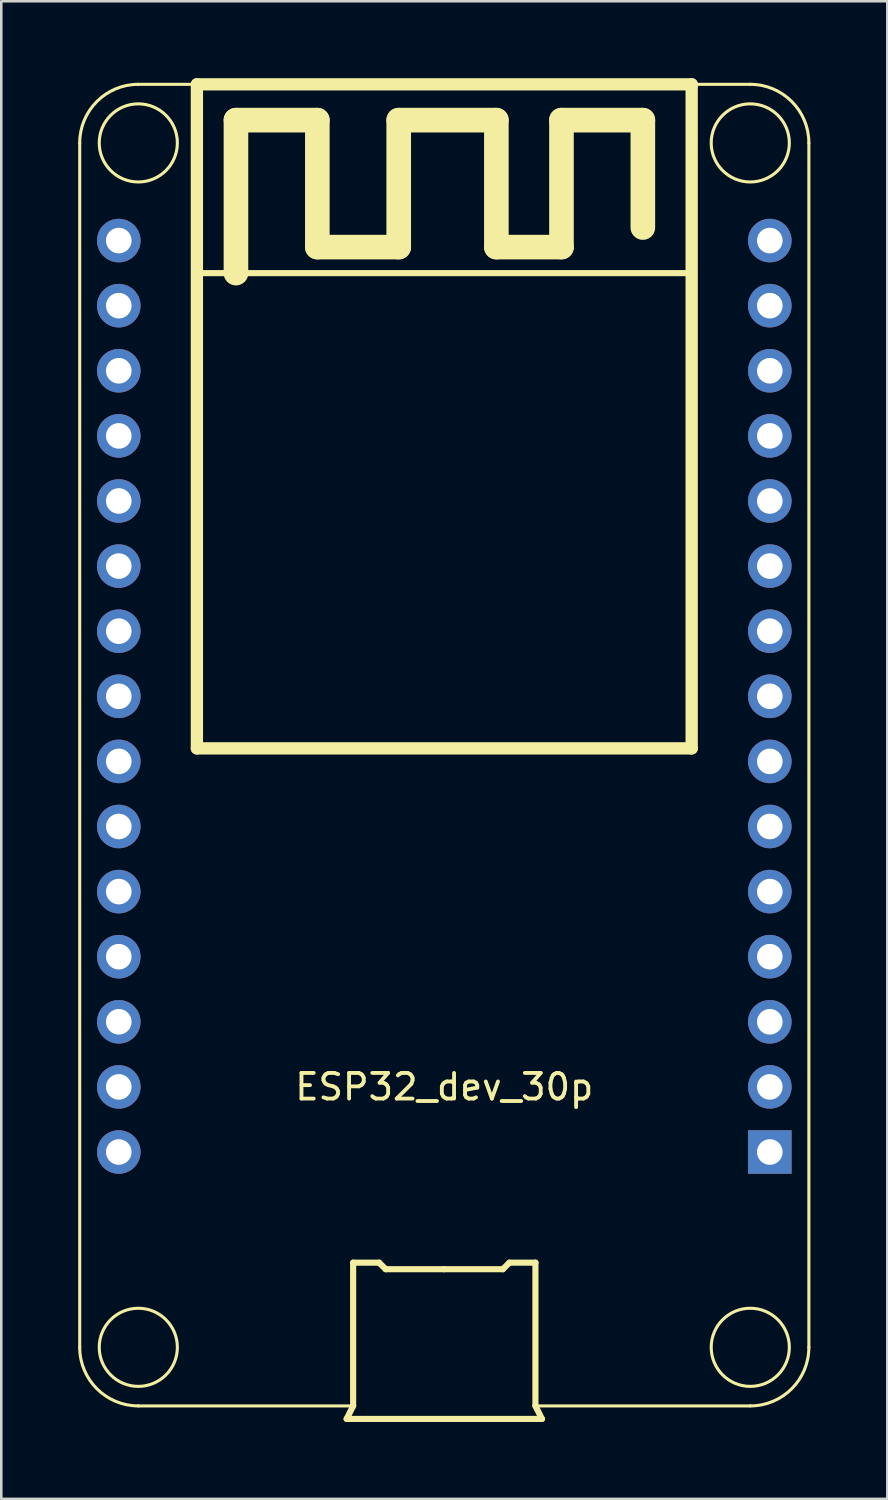
<source format=kicad_pcb>
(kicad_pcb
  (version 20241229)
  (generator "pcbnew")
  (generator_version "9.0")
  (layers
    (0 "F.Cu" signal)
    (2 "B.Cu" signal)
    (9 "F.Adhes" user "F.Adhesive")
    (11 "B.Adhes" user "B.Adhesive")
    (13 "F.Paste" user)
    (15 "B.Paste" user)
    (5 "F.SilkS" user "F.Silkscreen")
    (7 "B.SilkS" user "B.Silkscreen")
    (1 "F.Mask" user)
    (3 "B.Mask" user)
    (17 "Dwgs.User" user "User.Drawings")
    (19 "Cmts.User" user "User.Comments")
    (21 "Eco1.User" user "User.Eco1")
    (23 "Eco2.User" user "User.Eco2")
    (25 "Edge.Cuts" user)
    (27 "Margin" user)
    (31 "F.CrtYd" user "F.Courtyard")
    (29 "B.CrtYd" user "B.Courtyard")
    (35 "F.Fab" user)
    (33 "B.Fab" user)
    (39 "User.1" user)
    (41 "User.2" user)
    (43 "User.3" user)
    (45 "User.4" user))
  (footprint "ESP32_dev_30p"
    (layer "F.Cu")
    (at 14.284 25.386)
    (property "Reference" "ESP32_dev_30p" (at 0 13.97 0) (layer "F.SilkS") (effects (font (size 1 1) (thickness 0.15))))
    (attr through_hole)
    (fp_line (start -14.224 -22.86) (end -14.224 24.13) (stroke (width 0.12) (type solid)) (layer "F.SilkS"))
    (fp_line (start -11.938 26.416) (end -3.556 26.416) (stroke (width 0.12) (type solid)) (layer "F.SilkS"))
    (fp_line (start -9.652 -25.146) (end -11.938 -25.146) (stroke (width 0.12) (type solid)) (layer "F.SilkS"))
    (fp_line (start -9.652 -25.146) (end -9.652 0.762) (stroke (width 0.48) (type solid)) (layer "F.SilkS"))
    (fp_line (start -9.652 -17.78) (end 9.652 -17.78) (stroke (width 0.24) (type solid)) (layer "F.SilkS"))
    (fp_line (start -9.652 0.762) (end 9.652 0.762) (stroke (width 0.48) (type solid)) (layer "F.SilkS"))
    (fp_line (start -8.128 -23.749) (end -4.953 -23.749) (stroke (width 0.96) (type solid)) (layer "F.SilkS"))
    (fp_line (start -8.128 -17.78) (end -8.128 -23.749) (stroke (width 0.96) (type solid)) (layer "F.SilkS"))
    (fp_line (start -4.953 -23.749) (end -4.953 -18.796) (stroke (width 0.96) (type solid)) (layer "F.SilkS"))
    (fp_line (start -4.953 -18.796) (end -1.778 -18.796) (stroke (width 0.96) (type solid)) (layer "F.SilkS"))
    (fp_line (start -3.81 26.924) (end -3.556 26.416) (stroke (width 0.24) (type solid)) (layer "F.SilkS"))
    (fp_line (start -3.556 20.828) (end -2.54 20.828) (stroke (width 0.24) (type solid)) (layer "F.SilkS"))
    (fp_line (start -3.556 26.416) (end -3.556 20.828) (stroke (width 0.24) (type solid)) (layer "F.SilkS"))
    (fp_line (start -2.54 20.828) (end -2.286 21.082) (stroke (width 0.24) (type solid)) (layer "F.SilkS"))
    (fp_line (start -2.286 21.082) (end 0 21.082) (stroke (width 0.24) (type solid)) (layer "F.SilkS"))
    (fp_line (start -1.778 -23.749) (end 2.032 -23.749) (stroke (width 0.96) (type solid)) (layer "F.SilkS"))
    (fp_line (start -1.778 -18.796) (end -1.778 -23.749) (stroke (width 0.96) (type solid)) (layer "F.SilkS"))
    (fp_line (start 0 21.082) (end 2.286 21.082) (stroke (width 0.24) (type solid)) (layer "F.SilkS"))
    (fp_line (start 2.032 -23.749) (end 2.032 -18.796) (stroke (width 0.96) (type solid)) (layer "F.SilkS"))
    (fp_line (start 2.032 -18.796) (end 4.572 -18.796) (stroke (width 0.96) (type solid)) (layer "F.SilkS"))
    (fp_line (start 2.286 21.082) (end 2.54 20.828) (stroke (width 0.24) (type solid)) (layer "F.SilkS"))
    (fp_line (start 2.54 20.828) (end 3.556 20.828) (stroke (width 0.24) (type solid)) (layer "F.SilkS"))
    (fp_line (start 3.556 20.828) (end 3.556 26.416) (stroke (width 0.24) (type solid)) (layer "F.SilkS"))
    (fp_line (start 3.556 26.416) (end 3.81 26.924) (stroke (width 0.24) (type solid)) (layer "F.SilkS"))
    (fp_line (start 3.556 26.416) (end 11.938 26.416) (stroke (width 0.12) (type solid)) (layer "F.SilkS"))
    (fp_line (start 3.81 26.924) (end -3.81 26.924) (stroke (width 0.24) (type solid)) (layer "F.SilkS"))
    (fp_line (start 4.572 -23.749) (end 7.747 -23.749) (stroke (width 0.96) (type solid)) (layer "F.SilkS"))
    (fp_line (start 4.572 -18.796) (end 4.572 -23.749) (stroke (width 0.96) (type solid)) (layer "F.SilkS"))
    (fp_line (start 7.747 -23.749) (end 7.747 -19.558) (stroke (width 0.96) (type solid)) (layer "F.SilkS"))
    (fp_line (start 9.652 -25.146) (end -9.652 -25.146) (stroke (width 0.48) (type solid)) (layer "F.SilkS"))
    (fp_line (start 9.652 -25.146) (end 11.938 -25.146) (stroke (width 0.12) (type solid)) (layer "F.SilkS"))
    (fp_line (start 9.652 0.762) (end 9.652 -25.146) (stroke (width 0.48) (type solid)) (layer "F.SilkS"))
    (fp_line (start 14.224 -22.86) (end 14.224 24.13) (stroke (width 0.12) (type solid)) (layer "F.SilkS"))
    (fp_arc (start -14.224 -22.86) (mid -13.554446 -24.476446) (end -11.938 -25.146) (stroke (width 0.12) (type solid)) (layer "F.SilkS"))
    (fp_arc (start -11.938 26.416) (mid -13.554446 25.746446) (end -14.224 24.13) (stroke (width 0.12) (type solid)) (layer "F.SilkS"))
    (fp_arc (start 11.938 -25.146) (mid 13.554446 -24.476446) (end 14.224 -22.86) (stroke (width 0.12) (type solid)) (layer "F.SilkS"))
    (fp_arc (start 14.224 24.13) (mid 13.554446 25.746446) (end 11.938 26.416) (stroke (width 0.12) (type solid)) (layer "F.SilkS"))
    (fp_circle (center -11.938 -22.86) (end -10.414 -22.86) (stroke (width 0.12) (type solid)) (fill no) (layer "F.SilkS"))
    (fp_circle (center -11.938 24.13) (end -10.414 24.13) (stroke (width 0.12) (type solid)) (fill no) (layer "F.SilkS"))
    (fp_circle (center 11.938 -22.86) (end 13.462 -22.86) (stroke (width 0.12) (type solid)) (fill no) (layer "F.SilkS"))
    (fp_circle (center 11.938 24.13) (end 13.462 24.13) (stroke (width 0.12) (type solid)) (fill no) (layer "F.SilkS"))
    (pad "1" thru_hole rect (at 12.7 16.51 180) (size 1.7 1.7) (drill 1) (layers "*.Cu" "*.Mask"))
    (pad "2" thru_hole circle (at 12.7 13.97 180) (size 1.7 1.7) (drill 1) (layers "*.Cu" "*.Mask"))
    (pad "3" thru_hole circle (at 12.7 11.43 180) (size 1.7 1.7) (drill 1) (layers "*.Cu" "*.Mask"))
    (pad "4" thru_hole circle (at 12.7 8.89 180) (size 1.7 1.7) (drill 1) (layers "*.Cu" "*.Mask"))
    (pad "5" thru_hole circle (at 12.7 6.35 180) (size 1.7 1.7) (drill 1) (layers "*.Cu" "*.Mask"))
    (pad "6" thru_hole circle (at 12.7 3.81 180) (size 1.7 1.7) (drill 1) (layers "*.Cu" "*.Mask"))
    (pad "7" thru_hole circle (at 12.7 1.27 180) (size 1.7 1.7) (drill 1) (layers "*.Cu" "*.Mask"))
    (pad "8" thru_hole circle (at 12.7 -1.27 180) (size 1.7 1.7) (drill 1) (layers "*.Cu" "*.Mask"))
    (pad "9" thru_hole circle (at 12.7 -3.81 180) (size 1.7 1.7) (drill 1) (layers "*.Cu" "*.Mask"))
    (pad "10" thru_hole circle (at 12.7 -6.35 180) (size 1.7 1.7) (drill 1) (layers "*.Cu" "*.Mask"))
    (pad "11" thru_hole circle (at 12.7 -8.89 180) (size 1.7 1.7) (drill 1) (layers "*.Cu" "*.Mask"))
    (pad "12" thru_hole circle (at 12.7 -11.43 180) (size 1.7 1.7) (drill 1) (layers "*.Cu" "*.Mask"))
    (pad "13" thru_hole circle (at 12.7 -13.97 180) (size 1.7 1.7) (drill 1) (layers "*.Cu" "*.Mask"))
    (pad "14" thru_hole circle (at 12.7 -16.51 180) (size 1.7 1.7) (drill 1) (layers "*.Cu" "*.Mask"))
    (pad "15" thru_hole circle (at 12.7 -19.05 180) (size 1.7 1.7) (drill 1) (layers "*.Cu" "*.Mask"))
    (pad "16" thru_hole circle (at -12.7 -19.05 180) (size 1.7 1.7) (drill 1) (layers "*.Cu" "*.Mask"))
    (pad "17" thru_hole circle (at -12.7 -16.51 180) (size 1.7 1.7) (drill 1) (layers "*.Cu" "*.Mask"))
    (pad "18" thru_hole circle (at -12.7 -13.97 180) (size 1.7 1.7) (drill 1) (layers "*.Cu" "*.Mask"))
    (pad "19" thru_hole circle (at -12.7 -11.43 180) (size 1.7 1.7) (drill 1) (layers "*.Cu" "*.Mask"))
    (pad "20" thru_hole circle (at -12.7 -8.89 180) (size 1.7 1.7) (drill 1) (layers "*.Cu" "*.Mask"))
    (pad "21" thru_hole circle (at -12.7 -6.35 180) (size 1.7 1.7) (drill 1) (layers "*.Cu" "*.Mask"))
    (pad "22" thru_hole circle (at -12.7 -3.81 180) (size 1.7 1.7) (drill 1) (layers "*.Cu" "*.Mask"))
    (pad "23" thru_hole circle (at -12.7 -1.27 180) (size 1.7 1.7) (drill 1) (layers "*.Cu" "*.Mask"))
    (pad "24" thru_hole circle (at -12.7 1.27 180) (size 1.7 1.7) (drill 1) (layers "*.Cu" "*.Mask"))
    (pad "25" thru_hole circle (at -12.7 3.81 180) (size 1.7 1.7) (drill 1) (layers "*.Cu" "*.Mask"))
    (pad "26" thru_hole circle (at -12.7 6.35 180) (size 1.7 1.7) (drill 1) (layers "*.Cu" "*.Mask"))
    (pad "27" thru_hole circle (at -12.7 8.89 180) (size 1.7 1.7) (drill 1) (layers "*.Cu" "*.Mask"))
    (pad "28" thru_hole circle (at -12.7 11.43 180) (size 1.7 1.7) (drill 1) (layers "*.Cu" "*.Mask"))
    (pad "29" thru_hole circle (at -12.7 13.97 180) (size 1.7 1.7) (drill 1) (layers "*.Cu" "*.Mask"))
    (pad "30" thru_hole circle (at -12.7 16.51 180) (size 1.7 1.7) (drill 1) (layers "*.Cu" "*.Mask")))
  (gr_rect
    (start -3 -3)
    (end 31.568 55.43)
    (stroke (width 0.1) (type default))
    (fill no)
    (layer "Edge.Cuts")))
</source>
